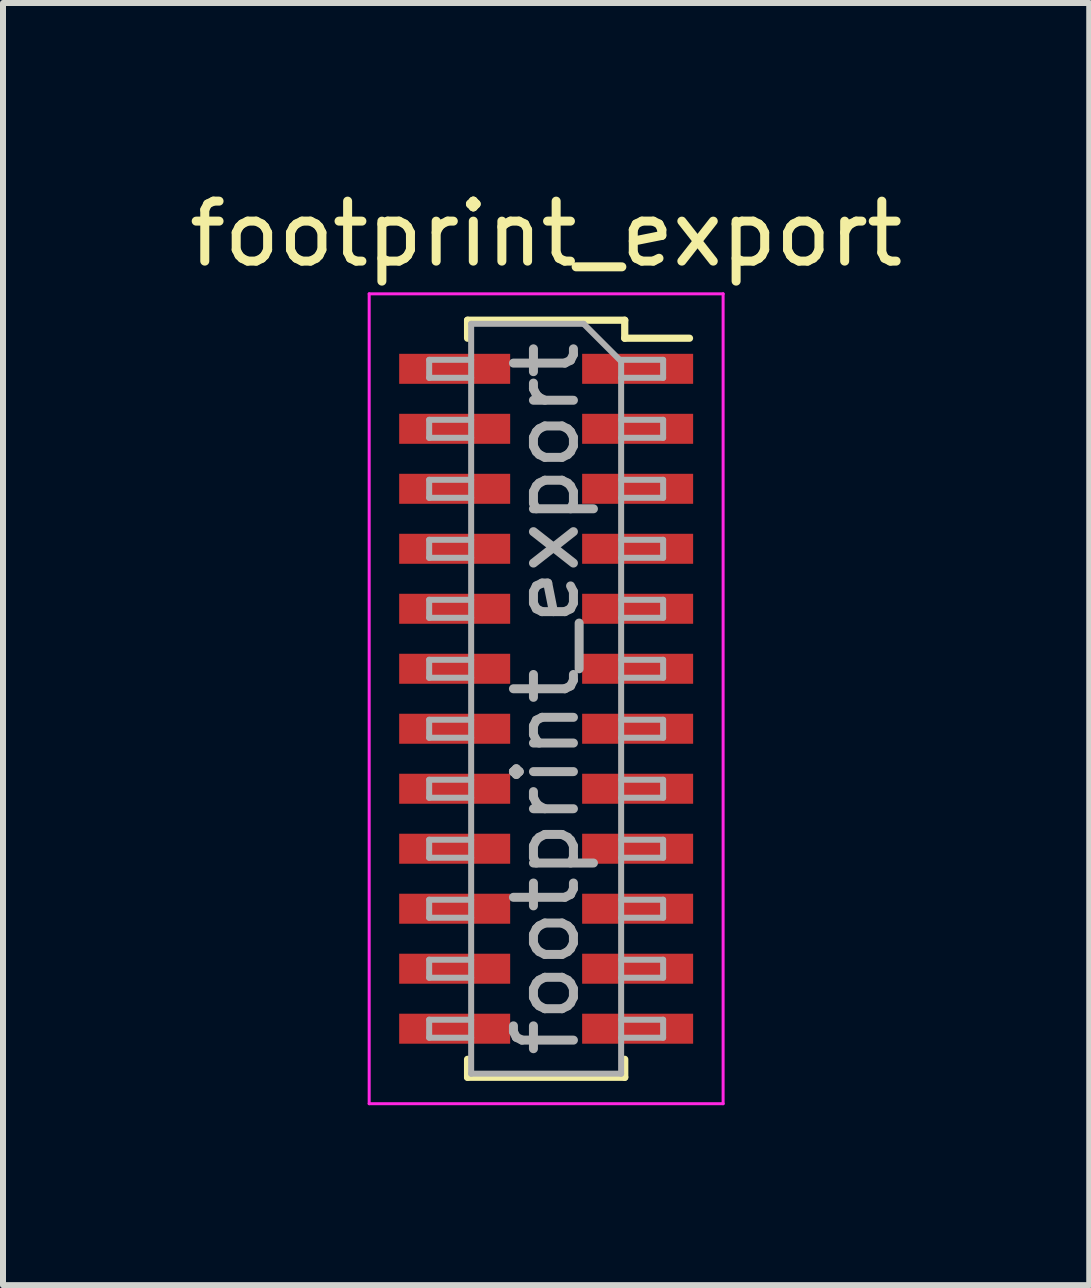
<source format=kicad_pcb>
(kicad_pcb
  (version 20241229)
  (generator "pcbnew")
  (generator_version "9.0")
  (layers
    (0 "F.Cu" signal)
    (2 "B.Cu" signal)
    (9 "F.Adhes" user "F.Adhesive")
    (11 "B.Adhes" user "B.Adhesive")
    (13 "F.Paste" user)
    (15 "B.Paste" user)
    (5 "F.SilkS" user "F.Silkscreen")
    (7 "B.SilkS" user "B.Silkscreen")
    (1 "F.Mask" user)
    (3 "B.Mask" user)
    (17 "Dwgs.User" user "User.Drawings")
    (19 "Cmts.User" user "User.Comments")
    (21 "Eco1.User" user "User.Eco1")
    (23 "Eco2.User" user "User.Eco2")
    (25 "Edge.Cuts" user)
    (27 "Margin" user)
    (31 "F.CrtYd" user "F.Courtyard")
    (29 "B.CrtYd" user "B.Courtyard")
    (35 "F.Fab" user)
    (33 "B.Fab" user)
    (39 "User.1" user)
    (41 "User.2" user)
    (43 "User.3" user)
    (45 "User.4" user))
  (footprint "footprint_export"
    (layer "F.Cu")
    (at 6.054 8.598)
    (property "Reference" "footprint_export" (at 0 -7.75 0) (layer "F.SilkS") (effects (font (size 1 1) (thickness 0.15))))
    (attr smd)
    (fp_line (start -1.31 -6.31) (end -1.31 -6.01) (stroke (width 0.12) (type solid)) (layer "F.SilkS"))
    (fp_line (start -1.31 -6.31) (end 1.31 -6.31) (stroke (width 0.12) (type solid)) (layer "F.SilkS"))
    (fp_line (start -1.31 6.01) (end -1.31 6.31) (stroke (width 0.12) (type solid)) (layer "F.SilkS"))
    (fp_line (start -1.31 6.31) (end 1.31 6.31) (stroke (width 0.12) (type solid)) (layer "F.SilkS"))
    (fp_line (start 1.31 -6.31) (end 1.31 -6.01) (stroke (width 0.12) (type solid)) (layer "F.SilkS"))
    (fp_line (start 1.31 -6.01) (end 2.39 -6.01) (stroke (width 0.12) (type solid)) (layer "F.SilkS"))
    (fp_line (start 1.31 6.01) (end 1.31 6.31) (stroke (width 0.12) (type solid)) (layer "F.SilkS"))
    (fp_line (start -2.95 -6.75) (end 2.95 -6.75) (stroke (width 0.05) (type solid)) (layer "F.CrtYd"))
    (fp_line (start -2.95 6.75) (end -2.95 -6.75) (stroke (width 0.05) (type solid)) (layer "F.CrtYd"))
    (fp_line (start 2.95 -6.75) (end 2.95 6.75) (stroke (width 0.05) (type solid)) (layer "F.CrtYd"))
    (fp_line (start 2.95 6.75) (end -2.95 6.75) (stroke (width 0.05) (type solid)) (layer "F.CrtYd"))
    (fp_line (start -1.95 -5.65) (end -1.25 -5.65) (stroke (width 0.1) (type solid)) (layer "F.Fab"))
    (fp_line (start -1.95 -5.35) (end -1.95 -5.65) (stroke (width 0.1) (type solid)) (layer "F.Fab"))
    (fp_line (start -1.95 -4.65) (end -1.25 -4.65) (stroke (width 0.1) (type solid)) (layer "F.Fab"))
    (fp_line (start -1.95 -4.35) (end -1.95 -4.65) (stroke (width 0.1) (type solid)) (layer "F.Fab"))
    (fp_line (start -1.95 -3.65) (end -1.25 -3.65) (stroke (width 0.1) (type solid)) (layer "F.Fab"))
    (fp_line (start -1.95 -3.35) (end -1.95 -3.65) (stroke (width 0.1) (type solid)) (layer "F.Fab"))
    (fp_line (start -1.95 -2.65) (end -1.25 -2.65) (stroke (width 0.1) (type solid)) (layer "F.Fab"))
    (fp_line (start -1.95 -2.35) (end -1.95 -2.65) (stroke (width 0.1) (type solid)) (layer "F.Fab"))
    (fp_line (start -1.95 -1.65) (end -1.25 -1.65) (stroke (width 0.1) (type solid)) (layer "F.Fab"))
    (fp_line (start -1.95 -1.35) (end -1.95 -1.65) (stroke (width 0.1) (type solid)) (layer "F.Fab"))
    (fp_line (start -1.95 -0.65) (end -1.25 -0.65) (stroke (width 0.1) (type solid)) (layer "F.Fab"))
    (fp_line (start -1.95 -0.35) (end -1.95 -0.65) (stroke (width 0.1) (type solid)) (layer "F.Fab"))
    (fp_line (start -1.95 0.35) (end -1.25 0.35) (stroke (width 0.1) (type solid)) (layer "F.Fab"))
    (fp_line (start -1.95 0.65) (end -1.95 0.35) (stroke (width 0.1) (type solid)) (layer "F.Fab"))
    (fp_line (start -1.95 1.35) (end -1.25 1.35) (stroke (width 0.1) (type solid)) (layer "F.Fab"))
    (fp_line (start -1.95 1.65) (end -1.95 1.35) (stroke (width 0.1) (type solid)) (layer "F.Fab"))
    (fp_line (start -1.95 2.35) (end -1.25 2.35) (stroke (width 0.1) (type solid)) (layer "F.Fab"))
    (fp_line (start -1.95 2.65) (end -1.95 2.35) (stroke (width 0.1) (type solid)) (layer "F.Fab"))
    (fp_line (start -1.95 3.35) (end -1.25 3.35) (stroke (width 0.1) (type solid)) (layer "F.Fab"))
    (fp_line (start -1.95 3.65) (end -1.95 3.35) (stroke (width 0.1) (type solid)) (layer "F.Fab"))
    (fp_line (start -1.95 4.35) (end -1.25 4.35) (stroke (width 0.1) (type solid)) (layer "F.Fab"))
    (fp_line (start -1.95 4.65) (end -1.95 4.35) (stroke (width 0.1) (type solid)) (layer "F.Fab"))
    (fp_line (start -1.95 5.35) (end -1.25 5.35) (stroke (width 0.1) (type solid)) (layer "F.Fab"))
    (fp_line (start -1.95 5.65) (end -1.95 5.35) (stroke (width 0.1) (type solid)) (layer "F.Fab"))
    (fp_line (start -1.25 -6.25) (end 0.625 -6.25) (stroke (width 0.1) (type solid)) (layer "F.Fab"))
    (fp_line (start -1.25 -5.35) (end -1.95 -5.35) (stroke (width 0.1) (type solid)) (layer "F.Fab"))
    (fp_line (start -1.25 -4.35) (end -1.95 -4.35) (stroke (width 0.1) (type solid)) (layer "F.Fab"))
    (fp_line (start -1.25 -3.35) (end -1.95 -3.35) (stroke (width 0.1) (type solid)) (layer "F.Fab"))
    (fp_line (start -1.25 -2.35) (end -1.95 -2.35) (stroke (width 0.1) (type solid)) (layer "F.Fab"))
    (fp_line (start -1.25 -1.35) (end -1.95 -1.35) (stroke (width 0.1) (type solid)) (layer "F.Fab"))
    (fp_line (start -1.25 -0.35) (end -1.95 -0.35) (stroke (width 0.1) (type solid)) (layer "F.Fab"))
    (fp_line (start -1.25 0.65) (end -1.95 0.65) (stroke (width 0.1) (type solid)) (layer "F.Fab"))
    (fp_line (start -1.25 1.65) (end -1.95 1.65) (stroke (width 0.1) (type solid)) (layer "F.Fab"))
    (fp_line (start -1.25 2.65) (end -1.95 2.65) (stroke (width 0.1) (type solid)) (layer "F.Fab"))
    (fp_line (start -1.25 3.65) (end -1.95 3.65) (stroke (width 0.1) (type solid)) (layer "F.Fab"))
    (fp_line (start -1.25 4.65) (end -1.95 4.65) (stroke (width 0.1) (type solid)) (layer "F.Fab"))
    (fp_line (start -1.25 5.65) (end -1.95 5.65) (stroke (width 0.1) (type solid)) (layer "F.Fab"))
    (fp_line (start -1.25 6.25) (end -1.25 -6.25) (stroke (width 0.1) (type solid)) (layer "F.Fab"))
    (fp_line (start 0.625 -6.25) (end 1.25 -5.625) (stroke (width 0.1) (type solid)) (layer "F.Fab"))
    (fp_line (start 1.25 -5.65) (end 1.95 -5.65) (stroke (width 0.1) (type solid)) (layer "F.Fab"))
    (fp_line (start 1.25 -5.625) (end 1.25 6.25) (stroke (width 0.1) (type solid)) (layer "F.Fab"))
    (fp_line (start 1.25 -4.65) (end 1.95 -4.65) (stroke (width 0.1) (type solid)) (layer "F.Fab"))
    (fp_line (start 1.25 -3.65) (end 1.95 -3.65) (stroke (width 0.1) (type solid)) (layer "F.Fab"))
    (fp_line (start 1.25 -2.65) (end 1.95 -2.65) (stroke (width 0.1) (type solid)) (layer "F.Fab"))
    (fp_line (start 1.25 -1.65) (end 1.95 -1.65) (stroke (width 0.1) (type solid)) (layer "F.Fab"))
    (fp_line (start 1.25 -0.65) (end 1.95 -0.65) (stroke (width 0.1) (type solid)) (layer "F.Fab"))
    (fp_line (start 1.25 0.35) (end 1.95 0.35) (stroke (width 0.1) (type solid)) (layer "F.Fab"))
    (fp_line (start 1.25 1.35) (end 1.95 1.35) (stroke (width 0.1) (type solid)) (layer "F.Fab"))
    (fp_line (start 1.25 2.35) (end 1.95 2.35) (stroke (width 0.1) (type solid)) (layer "F.Fab"))
    (fp_line (start 1.25 3.35) (end 1.95 3.35) (stroke (width 0.1) (type solid)) (layer "F.Fab"))
    (fp_line (start 1.25 4.35) (end 1.95 4.35) (stroke (width 0.1) (type solid)) (layer "F.Fab"))
    (fp_line (start 1.25 5.35) (end 1.95 5.35) (stroke (width 0.1) (type solid)) (layer "F.Fab"))
    (fp_line (start 1.25 6.25) (end -1.25 6.25) (stroke (width 0.1) (type solid)) (layer "F.Fab"))
    (fp_line (start 1.95 -5.65) (end 1.95 -5.35) (stroke (width 0.1) (type solid)) (layer "F.Fab"))
    (fp_line (start 1.95 -5.35) (end 1.25 -5.35) (stroke (width 0.1) (type solid)) (layer "F.Fab"))
    (fp_line (start 1.95 -4.65) (end 1.95 -4.35) (stroke (width 0.1) (type solid)) (layer "F.Fab"))
    (fp_line (start 1.95 -4.35) (end 1.25 -4.35) (stroke (width 0.1) (type solid)) (layer "F.Fab"))
    (fp_line (start 1.95 -3.65) (end 1.95 -3.35) (stroke (width 0.1) (type solid)) (layer "F.Fab"))
    (fp_line (start 1.95 -3.35) (end 1.25 -3.35) (stroke (width 0.1) (type solid)) (layer "F.Fab"))
    (fp_line (start 1.95 -2.65) (end 1.95 -2.35) (stroke (width 0.1) (type solid)) (layer "F.Fab"))
    (fp_line (start 1.95 -2.35) (end 1.25 -2.35) (stroke (width 0.1) (type solid)) (layer "F.Fab"))
    (fp_line (start 1.95 -1.65) (end 1.95 -1.35) (stroke (width 0.1) (type solid)) (layer "F.Fab"))
    (fp_line (start 1.95 -1.35) (end 1.25 -1.35) (stroke (width 0.1) (type solid)) (layer "F.Fab"))
    (fp_line (start 1.95 -0.65) (end 1.95 -0.35) (stroke (width 0.1) (type solid)) (layer "F.Fab"))
    (fp_line (start 1.95 -0.35) (end 1.25 -0.35) (stroke (width 0.1) (type solid)) (layer "F.Fab"))
    (fp_line (start 1.95 0.35) (end 1.95 0.65) (stroke (width 0.1) (type solid)) (layer "F.Fab"))
    (fp_line (start 1.95 0.65) (end 1.25 0.65) (stroke (width 0.1) (type solid)) (layer "F.Fab"))
    (fp_line (start 1.95 1.35) (end 1.95 1.65) (stroke (width 0.1) (type solid)) (layer "F.Fab"))
    (fp_line (start 1.95 1.65) (end 1.25 1.65) (stroke (width 0.1) (type solid)) (layer "F.Fab"))
    (fp_line (start 1.95 2.35) (end 1.95 2.65) (stroke (width 0.1) (type solid)) (layer "F.Fab"))
    (fp_line (start 1.95 2.65) (end 1.25 2.65) (stroke (width 0.1) (type solid)) (layer "F.Fab"))
    (fp_line (start 1.95 3.35) (end 1.95 3.65) (stroke (width 0.1) (type solid)) (layer "F.Fab"))
    (fp_line (start 1.95 3.65) (end 1.25 3.65) (stroke (width 0.1) (type solid)) (layer "F.Fab"))
    (fp_line (start 1.95 4.35) (end 1.95 4.65) (stroke (width 0.1) (type solid)) (layer "F.Fab"))
    (fp_line (start 1.95 4.65) (end 1.25 4.65) (stroke (width 0.1) (type solid)) (layer "F.Fab"))
    (fp_line (start 1.95 5.35) (end 1.95 5.65) (stroke (width 0.1) (type solid)) (layer "F.Fab"))
    (fp_line (start 1.95 5.65) (end 1.25 5.65) (stroke (width 0.1) (type solid)) (layer "F.Fab"))
    (fp_text user "${REFERENCE}" (at 0 0 90) (layer "F.Fab") (effects (font (size 1 1) (thickness 0.15))))
    (pad "1" smd rect (at 1.525 -5.5) (size 1.85 0.5) (layers "F.Cu" "F.Mask" "F.Paste"))
    (pad "2" smd rect (at -1.525 -5.5) (size 1.85 0.5) (layers "F.Cu" "F.Mask" "F.Paste"))
    (pad "3" smd rect (at 1.525 -4.5) (size 1.85 0.5) (layers "F.Cu" "F.Mask" "F.Paste"))
    (pad "4" smd rect (at -1.525 -4.5) (size 1.85 0.5) (layers "F.Cu" "F.Mask" "F.Paste"))
    (pad "5" smd rect (at 1.525 -3.5) (size 1.85 0.5) (layers "F.Cu" "F.Mask" "F.Paste"))
    (pad "6" smd rect (at -1.525 -3.5) (size 1.85 0.5) (layers "F.Cu" "F.Mask" "F.Paste"))
    (pad "7" smd rect (at 1.525 -2.5) (size 1.85 0.5) (layers "F.Cu" "F.Mask" "F.Paste"))
    (pad "8" smd rect (at -1.525 -2.5) (size 1.85 0.5) (layers "F.Cu" "F.Mask" "F.Paste"))
    (pad "9" smd rect (at 1.525 -1.5) (size 1.85 0.5) (layers "F.Cu" "F.Mask" "F.Paste"))
    (pad "10" smd rect (at -1.525 -1.5) (size 1.85 0.5) (layers "F.Cu" "F.Mask" "F.Paste"))
    (pad "11" smd rect (at 1.525 -0.5) (size 1.85 0.5) (layers "F.Cu" "F.Mask" "F.Paste"))
    (pad "12" smd rect (at -1.525 -0.5) (size 1.85 0.5) (layers "F.Cu" "F.Mask" "F.Paste"))
    (pad "13" smd rect (at 1.525 0.5) (size 1.85 0.5) (layers "F.Cu" "F.Mask" "F.Paste"))
    (pad "14" smd rect (at -1.525 0.5) (size 1.85 0.5) (layers "F.Cu" "F.Mask" "F.Paste"))
    (pad "15" smd rect (at 1.525 1.5) (size 1.85 0.5) (layers "F.Cu" "F.Mask" "F.Paste"))
    (pad "16" smd rect (at -1.525 1.5) (size 1.85 0.5) (layers "F.Cu" "F.Mask" "F.Paste"))
    (pad "17" smd rect (at 1.525 2.5) (size 1.85 0.5) (layers "F.Cu" "F.Mask" "F.Paste"))
    (pad "18" smd rect (at -1.525 2.5) (size 1.85 0.5) (layers "F.Cu" "F.Mask" "F.Paste"))
    (pad "19" smd rect (at 1.525 3.5) (size 1.85 0.5) (layers "F.Cu" "F.Mask" "F.Paste"))
    (pad "20" smd rect (at -1.525 3.5) (size 1.85 0.5) (layers "F.Cu" "F.Mask" "F.Paste"))
    (pad "21" smd rect (at 1.525 4.5) (size 1.85 0.5) (layers "F.Cu" "F.Mask" "F.Paste"))
    (pad "22" smd rect (at -1.525 4.5) (size 1.85 0.5) (layers "F.Cu" "F.Mask" "F.Paste"))
    (pad "23" smd rect (at 1.525 5.5) (size 1.85 0.5) (layers "F.Cu" "F.Mask" "F.Paste"))
    (pad "24" smd rect (at -1.525 5.5) (size 1.85 0.5) (layers "F.Cu" "F.Mask" "F.Paste")))
  (gr_rect
    (start -3 -3)
    (end 15.107 18.373)
    (stroke (width 0.1) (type default))
    (fill no)
    (layer "Edge.Cuts")))
</source>
